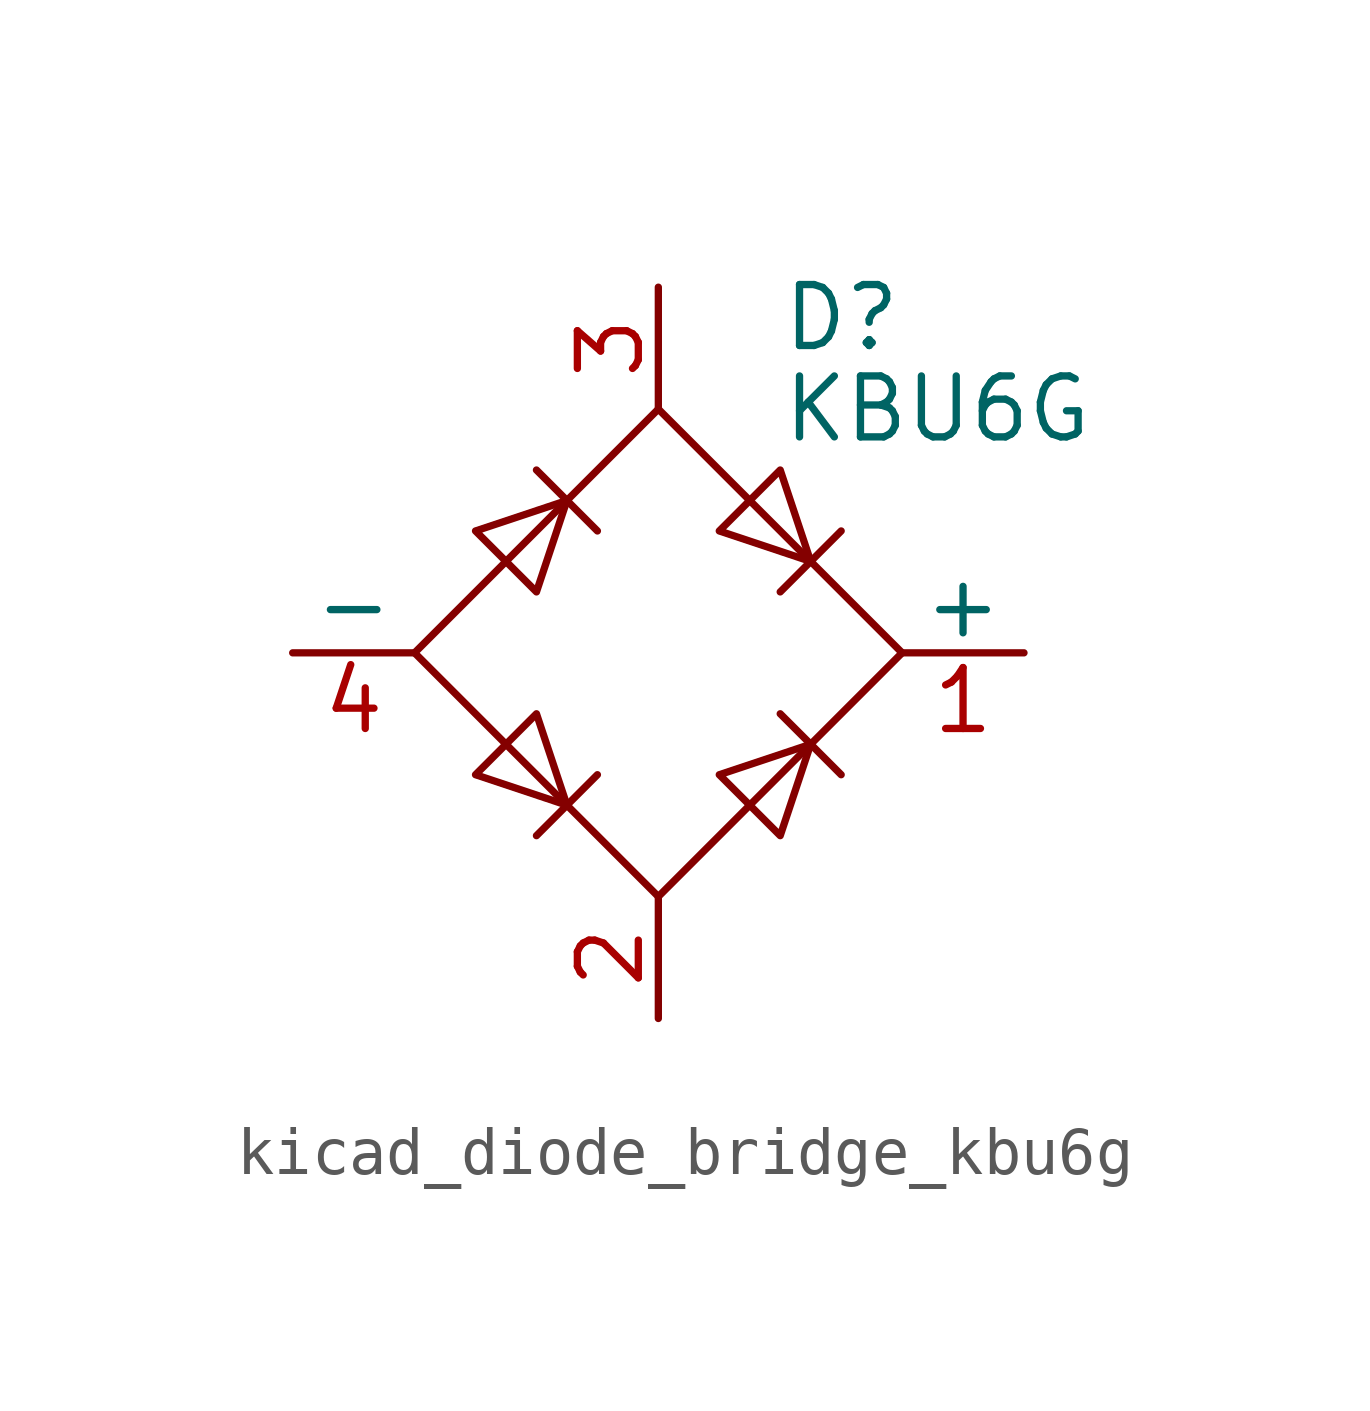
<source format=kicad_sym>
(kicad_symbol_lib
  (version 20220914)
  (generator kicad_symbol_editor)
  (symbol "kicad_diode_bridge_kbu6g"
    (pin_names
      (offset 0))
    (property "Reference" "D"
      (at 2.54 6.985 0)
      (effects (font (size 1.27 1.27)) (justify left)))
    (property "Value" "KBU6G"
      (at 2.54 5.08 0)
      (effects (font (size 1.27 1.27)) (justify left)))
    (symbol "kicad_diode_bridge_kbu6g_0_1"
      (polyline (pts (xy -2.54 3.81) (xy -1.27 2.54)) (stroke (width 0) (type default)) (fill (type none)))
      (polyline (pts (xy -1.27 -2.54) (xy -2.54 -3.81)) (stroke (width 0) (type default)) (fill (type none)))
      (polyline (pts (xy 2.54 -1.27) (xy 3.81 -2.54)) (stroke (width 0) (type default)) (fill (type none)))
      (polyline (pts (xy 2.54 1.27) (xy 3.81 2.54)) (stroke (width 0) (type default)) (fill (type none)))
      (polyline (pts (xy -3.81 2.54) (xy -2.54 1.27) (xy -1.905 3.175) (xy -3.81 2.54)) (stroke (width 0) (type default)) (fill (type none)))
      (polyline (pts (xy -2.54 -1.27) (xy -3.81 -2.54) (xy -1.905 -3.175) (xy -2.54 -1.27)) (stroke (width 0) (type default)) (fill (type none)))
      (polyline (pts (xy 1.27 2.54) (xy 2.54 3.81) (xy 3.175 1.905) (xy 1.27 2.54)) (stroke (width 0) (type default)) (fill (type none)))
      (polyline (pts (xy 3.175 -1.905) (xy 1.27 -2.54) (xy 2.54 -3.81) (xy 3.175 -1.905)) (stroke (width 0) (type default)) (fill (type none)))
      (polyline (pts (xy -5.08 0) (xy 0 -5.08) (xy 5.08 0) (xy 0 5.08) (xy -5.08 0)) (stroke (width 0) (type default)) (fill (type none))))
    (symbol "kicad_diode_bridge_kbu6g_1_1"
      (pin passive line (at 7.62 0 180) (length 2.54) (name "+" (effects (font (size 1.27 1.27)))) (number "1" (effects (font (size 1.27 1.27)))))
      (pin passive line (at 0 -7.62 90) (length 2.54) (name "~" (effects (font (size 1.27 1.27)))) (number "2" (effects (font (size 1.27 1.27)))))
      (pin passive line (at 0 7.62 270) (length 2.54) (name "~" (effects (font (size 1.27 1.27)))) (number "3" (effects (font (size 1.27 1.27)))))
      (pin passive line (at -7.62 0 0) (length 2.54) (name "-" (effects (font (size 1.27 1.27)))) (number "4" (effects (font (size 1.27 1.27))))))))
</source>
